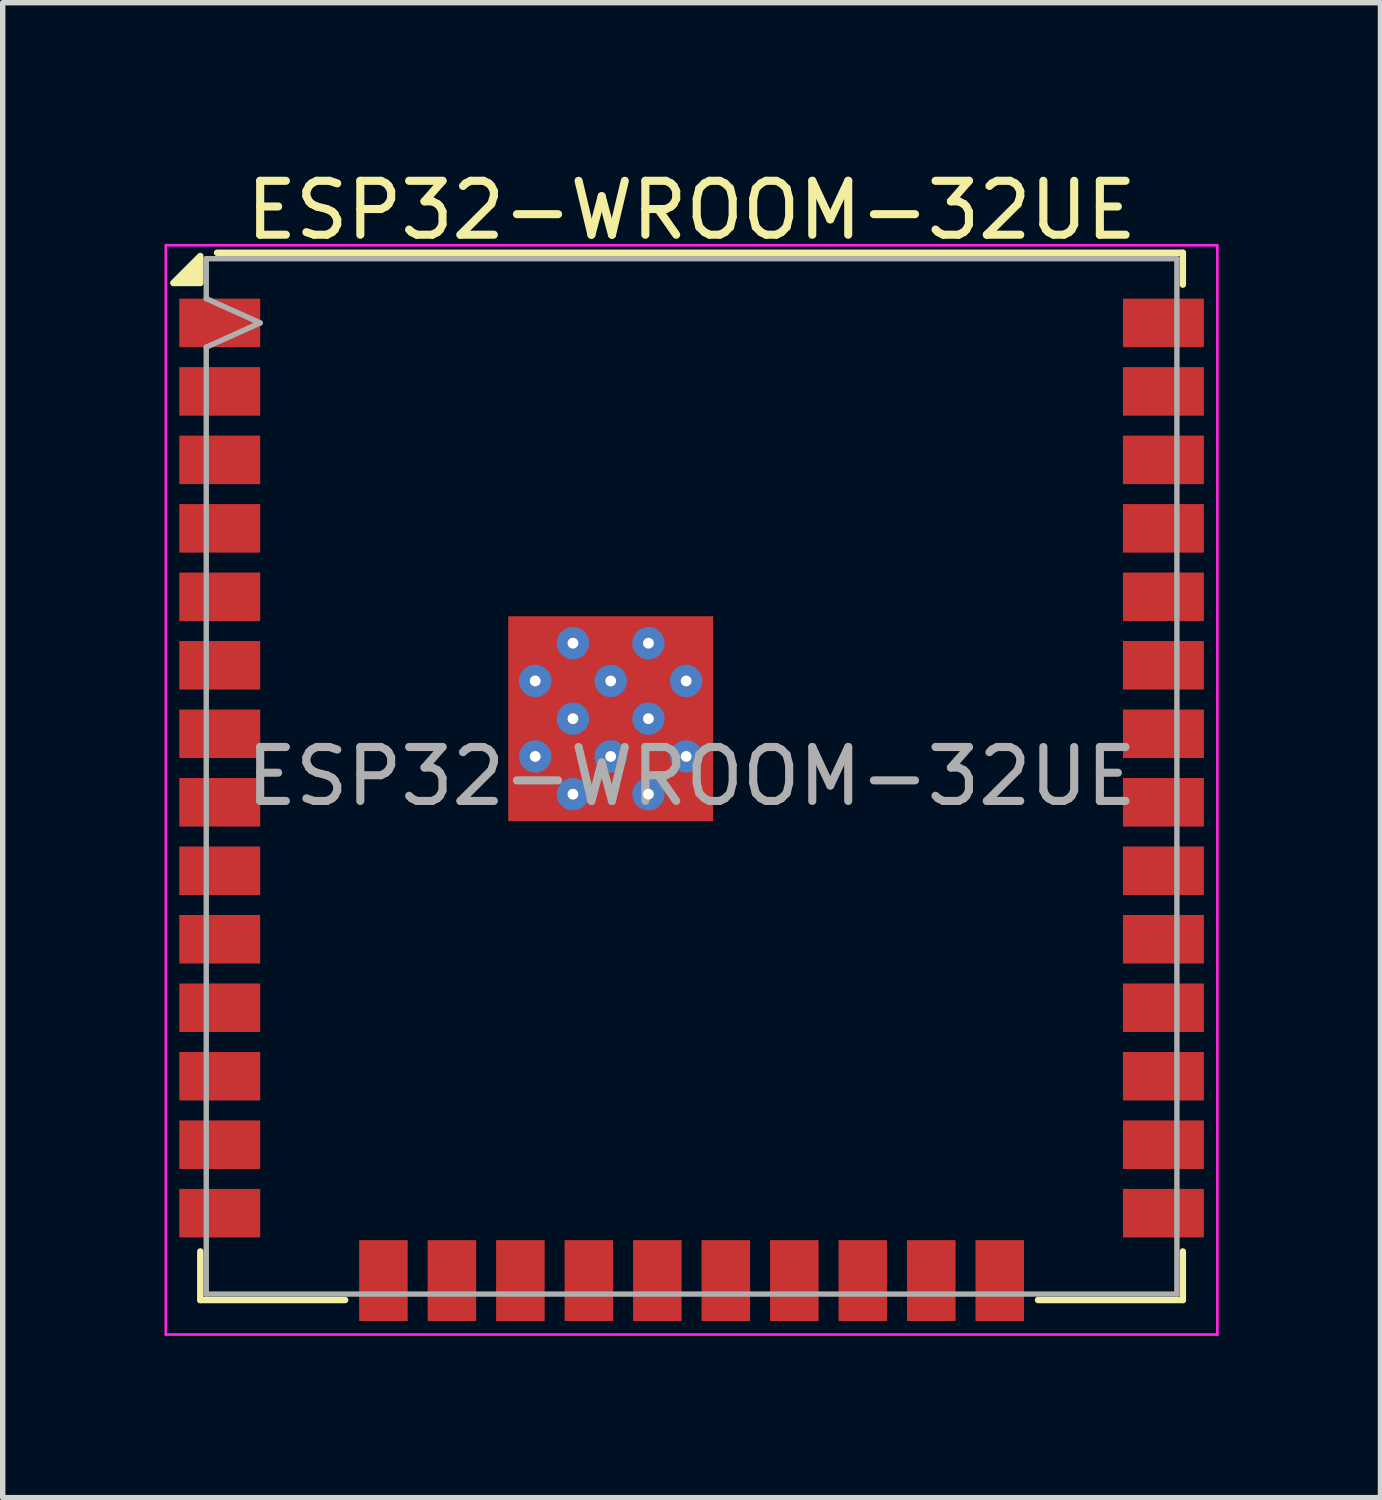
<source format=kicad_pcb>
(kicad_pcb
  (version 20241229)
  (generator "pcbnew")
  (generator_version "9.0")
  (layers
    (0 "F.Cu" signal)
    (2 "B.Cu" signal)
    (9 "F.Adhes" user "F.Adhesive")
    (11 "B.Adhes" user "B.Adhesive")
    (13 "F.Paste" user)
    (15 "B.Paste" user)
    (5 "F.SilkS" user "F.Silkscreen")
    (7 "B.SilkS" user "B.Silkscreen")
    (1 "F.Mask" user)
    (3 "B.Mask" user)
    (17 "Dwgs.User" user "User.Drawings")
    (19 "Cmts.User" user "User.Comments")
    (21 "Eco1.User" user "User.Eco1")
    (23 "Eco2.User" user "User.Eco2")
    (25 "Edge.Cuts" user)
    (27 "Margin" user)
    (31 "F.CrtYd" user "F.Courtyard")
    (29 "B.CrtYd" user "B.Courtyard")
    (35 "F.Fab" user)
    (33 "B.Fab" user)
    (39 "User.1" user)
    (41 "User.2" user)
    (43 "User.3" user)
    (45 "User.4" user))
  (footprint "ESP32-WROOM-32UE"
    (layer "F.Cu")
    (at 9.775 11.348)
    (property "Reference" "ESP32-WROOM-32UE" (at 0 -10.5 0) (unlocked yes) (layer "F.SilkS") (effects (font (size 1 1) (thickness 0.15))))
    (attr smd)
    (fp_line (start -9.11 8.81) (end -9.11 9.71) (stroke (width 0.12) (type solid)) (layer "F.SilkS"))
    (fp_line (start -9.11 9.71) (end -6.425 9.71) (stroke (width 0.12) (type solid)) (layer "F.SilkS"))
    (fp_line (start -8.8 -9.71) (end 9.11 -9.71) (stroke (width 0.12) (type solid)) (layer "F.SilkS"))
    (fp_line (start 6.425 9.71) (end 9.11 9.71) (stroke (width 0.12) (type solid)) (layer "F.SilkS"))
    (fp_line (start 9.11 -9.71) (end 9.11 -9.12) (stroke (width 0.12) (type solid)) (layer "F.SilkS"))
    (fp_line (start 9.11 8.81) (end 9.11 9.71) (stroke (width 0.12) (type solid)) (layer "F.SilkS"))
    (fp_poly (pts (xy -9.11 -9.15) (xy -9.61 -9.15) (xy -9.11 -9.65) (xy -9.11 -9.15)) (stroke (width 0.12) (type solid)) (fill yes) (layer "F.SilkS"))
    (fp_line (start -9.75 -9.85) (end -9.75 10.35) (stroke (width 0.05) (type solid)) (layer "F.CrtYd"))
    (fp_line (start -9.75 -9.85) (end 9.75 -9.85) (stroke (width 0.05) (type solid)) (layer "F.CrtYd"))
    (fp_line (start -9.75 10.35) (end 9.75 10.35) (stroke (width 0.05) (type solid)) (layer "F.CrtYd"))
    (fp_line (start 9.75 -9.85) (end 9.75 10.35) (stroke (width 0.05) (type solid)) (layer "F.CrtYd"))
    (fp_line (start -9 -9.6) (end -9 -8.86) (stroke (width 0.1) (type solid)) (layer "F.Fab"))
    (fp_line (start -9 -9.6) (end 9 -9.6) (stroke (width 0.1) (type solid)) (layer "F.Fab"))
    (fp_line (start -9 -7.96) (end -9 9.6) (stroke (width 0.1) (type solid)) (layer "F.Fab"))
    (fp_line (start -9 9.6) (end 9 9.6) (stroke (width 0.1) (type solid)) (layer "F.Fab"))
    (fp_line (start -8 -8.41) (end -9 -8.86) (stroke (width 0.1) (type solid)) (layer "F.Fab"))
    (fp_line (start -8 -8.41) (end -9 -7.96) (stroke (width 0.1) (type solid)) (layer "F.Fab"))
    (fp_line (start 9 -9.6) (end 9 9.6) (stroke (width 0.1) (type solid)) (layer "F.Fab"))
    (fp_text user "${REFERENCE}" (at 0 0 0) (unlocked yes) (layer "F.Fab") (effects (font (size 1 1) (thickness 0.15))))
    (pad "1" smd rect (at -8.75 -8.41) (size 1.5 0.9) (layers "F.Cu" "F.Mask" "F.Paste"))
    (pad "2" smd rect (at -8.75 -7.14) (size 1.5 0.9) (layers "F.Cu" "F.Mask" "F.Paste"))
    (pad "3" smd rect (at -8.75 -5.87) (size 1.5 0.9) (layers "F.Cu" "F.Mask" "F.Paste"))
    (pad "4" smd rect (at -8.75 -4.6) (size 1.5 0.9) (layers "F.Cu" "F.Mask" "F.Paste"))
    (pad "5" smd rect (at -8.75 -3.33) (size 1.5 0.9) (layers "F.Cu" "F.Mask" "F.Paste"))
    (pad "6" smd rect (at -8.75 -2.06) (size 1.5 0.9) (layers "F.Cu" "F.Mask" "F.Paste"))
    (pad "7" smd rect (at -8.75 -0.79) (size 1.5 0.9) (layers "F.Cu" "F.Mask" "F.Paste"))
    (pad "8" smd rect (at -8.75 0.48) (size 1.5 0.9) (layers "F.Cu" "F.Mask" "F.Paste"))
    (pad "9" smd rect (at -8.75 1.75) (size 1.5 0.9) (layers "F.Cu" "F.Mask" "F.Paste"))
    (pad "10" smd rect (at -8.75 3.02) (size 1.5 0.9) (layers "F.Cu" "F.Mask" "F.Paste"))
    (pad "11" smd rect (at -8.75 4.29) (size 1.5 0.9) (layers "F.Cu" "F.Mask" "F.Paste"))
    (pad "12" smd rect (at -8.75 5.56) (size 1.5 0.9) (layers "F.Cu" "F.Mask" "F.Paste"))
    (pad "13" smd rect (at -8.75 6.83) (size 1.5 0.9) (layers "F.Cu" "F.Mask" "F.Paste"))
    (pad "14" smd rect (at -8.75 8.1) (size 1.5 0.9) (layers "F.Cu" "F.Mask" "F.Paste"))
    (pad "15" smd rect (at -5.715 9.35 90) (size 1.5 0.9) (layers "F.Cu" "F.Mask" "F.Paste"))
    (pad "16" smd rect (at -4.445 9.35 90) (size 1.5 0.9) (layers "F.Cu" "F.Mask" "F.Paste"))
    (pad "17" smd rect (at -3.175 9.35 90) (size 1.5 0.9) (layers "F.Cu" "F.Mask" "F.Paste"))
    (pad "18" smd rect (at -1.905 9.35 90) (size 1.5 0.9) (layers "F.Cu" "F.Mask" "F.Paste"))
    (pad "19" smd rect (at -0.635 9.35 90) (size 1.5 0.9) (layers "F.Cu" "F.Mask" "F.Paste"))
    (pad "20" smd rect (at 0.635 9.35 90) (size 1.5 0.9) (layers "F.Cu" "F.Mask" "F.Paste"))
    (pad "21" smd rect (at 1.905 9.35 90) (size 1.5 0.9) (layers "F.Cu" "F.Mask" "F.Paste"))
    (pad "22" smd rect (at 3.175 9.35 90) (size 1.5 0.9) (layers "F.Cu" "F.Mask" "F.Paste"))
    (pad "23" smd rect (at 4.445 9.35 90) (size 1.5 0.9) (layers "F.Cu" "F.Mask" "F.Paste"))
    (pad "24" smd rect (at 5.715 9.35 90) (size 1.5 0.9) (layers "F.Cu" "F.Mask" "F.Paste"))
    (pad "25" smd rect (at 8.75 8.1) (size 1.5 0.9) (layers "F.Cu" "F.Mask" "F.Paste"))
    (pad "26" smd rect (at 8.75 6.83) (size 1.5 0.9) (layers "F.Cu" "F.Mask" "F.Paste"))
    (pad "27" smd rect (at 8.75 5.56) (size 1.5 0.9) (layers "F.Cu" "F.Mask" "F.Paste"))
    (pad "28" smd rect (at 8.75 4.29) (size 1.5 0.9) (layers "F.Cu" "F.Mask" "F.Paste"))
    (pad "29" smd rect (at 8.75 3.02) (size 1.5 0.9) (layers "F.Cu" "F.Mask" "F.Paste"))
    (pad "30" smd rect (at 8.75 1.75) (size 1.5 0.9) (layers "F.Cu" "F.Mask" "F.Paste"))
    (pad "31" smd rect (at 8.75 0.48) (size 1.5 0.9) (layers "F.Cu" "F.Mask" "F.Paste"))
    (pad "32" smd rect (at 8.75 -0.79) (size 1.5 0.9) (layers "F.Cu" "F.Mask" "F.Paste"))
    (pad "33" smd rect (at 8.75 -2.06) (size 1.5 0.9) (layers "F.Cu" "F.Mask" "F.Paste"))
    (pad "34" smd rect (at 8.75 -3.33) (size 1.5 0.9) (layers "F.Cu" "F.Mask" "F.Paste"))
    (pad "35" smd rect (at 8.75 -4.6) (size 1.5 0.9) (layers "F.Cu" "F.Mask" "F.Paste"))
    (pad "36" smd rect (at 8.75 -5.87) (size 1.5 0.9) (layers "F.Cu" "F.Mask" "F.Paste"))
    (pad "37" smd rect (at 8.75 -7.14) (size 1.5 0.9) (layers "F.Cu" "F.Mask" "F.Paste"))
    (pad "38" smd rect (at 8.75 -8.41) (size 1.5 0.9) (layers "F.Cu" "F.Mask" "F.Paste"))
    (pad "39" smd rect (at -2.9 -2.47) (size 0.9 0.9) (layers "F.Cu" "F.Paste"))
    (pad "39" thru_hole circle (at -2.9 -1.77) (size 0.6 0.6) (drill 0.2) (property pad_prop_heatsink) (layers "*.Cu" "F.Mask"))
    (pad "39" smd rect (at -2.9 -1.07) (size 0.9 0.9) (layers "F.Cu" "F.Paste"))
    (pad "39" thru_hole circle (at -2.9 -0.37) (size 0.6 0.6) (drill 0.2) (property pad_prop_heatsink) (layers "*.Cu" "F.Mask"))
    (pad "39" smd rect (at -2.9 0.33) (size 0.9 0.9) (layers "F.Cu" "F.Paste"))
    (pad "39" thru_hole circle (at -2.2 -2.47) (size 0.6 0.6) (drill 0.2) (property pad_prop_heatsink) (layers "*.Cu" "F.Mask"))
    (pad "39" thru_hole circle (at -2.2 -1.07) (size 0.6 0.6) (drill 0.2) (property pad_prop_heatsink) (layers "*.Cu" "F.Mask"))
    (pad "39" thru_hole circle (at -2.2 0.33) (size 0.6 0.6) (drill 0.2) (property pad_prop_heatsink) (layers "*.Cu" "F.Mask"))
    (pad "39" smd rect (at -1.5 -2.47) (size 0.9 0.9) (layers "F.Cu" "F.Paste"))
    (pad "39" thru_hole circle (at -1.5 -1.77) (size 0.6 0.6) (drill 0.2) (property pad_prop_heatsink) (layers "*.Cu" "F.Mask"))
    (pad "39" smd rect (at -1.5 -1.07) (size 0.9 0.9) (layers "F.Cu" "F.Paste"))
    (pad "39" smd rect (at -1.5 -1.07) (size 3.8 3.8) (layers "F.Cu" "F.Mask"))
    (pad "39" thru_hole circle (at -1.5 -0.37) (size 0.6 0.6) (drill 0.2) (property pad_prop_heatsink) (layers "*.Cu" "F.Mask"))
    (pad "39" smd rect (at -1.5 0.33) (size 0.9 0.9) (layers "F.Cu" "F.Paste"))
    (pad "39" thru_hole circle (at -0.8 -2.47) (size 0.6 0.6) (drill 0.2) (property pad_prop_heatsink) (layers "*.Cu" "F.Mask"))
    (pad "39" thru_hole circle (at -0.8 -1.07) (size 0.6 0.6) (drill 0.2) (property pad_prop_heatsink) (layers "*.Cu" "F.Mask"))
    (pad "39" thru_hole circle (at -0.8 0.33) (size 0.6 0.6) (drill 0.2) (property pad_prop_heatsink) (layers "*.Cu" "F.Mask"))
    (pad "39" smd rect (at -0.1 -2.47) (size 0.9 0.9) (layers "F.Cu" "F.Paste"))
    (pad "39" thru_hole circle (at -0.1 -1.77) (size 0.6 0.6) (drill 0.2) (property pad_prop_heatsink) (layers "*.Cu" "F.Mask"))
    (pad "39" smd rect (at -0.1 -1.07) (size 0.9 0.9) (layers "F.Cu" "F.Paste"))
    (pad "39" thru_hole circle (at -0.1 -0.37) (size 0.6 0.6) (drill 0.2) (property pad_prop_heatsink) (layers "*.Cu" "F.Mask"))
    (pad "39" smd rect (at -0.1 0.33) (size 0.9 0.9) (layers "F.Cu" "F.Paste")))
  (gr_rect
    (start -3 -3)
    (end 22.55 24.723)
    (stroke (width 0.1) (type default))
    (fill no)
    (layer "Edge.Cuts")))
</source>
